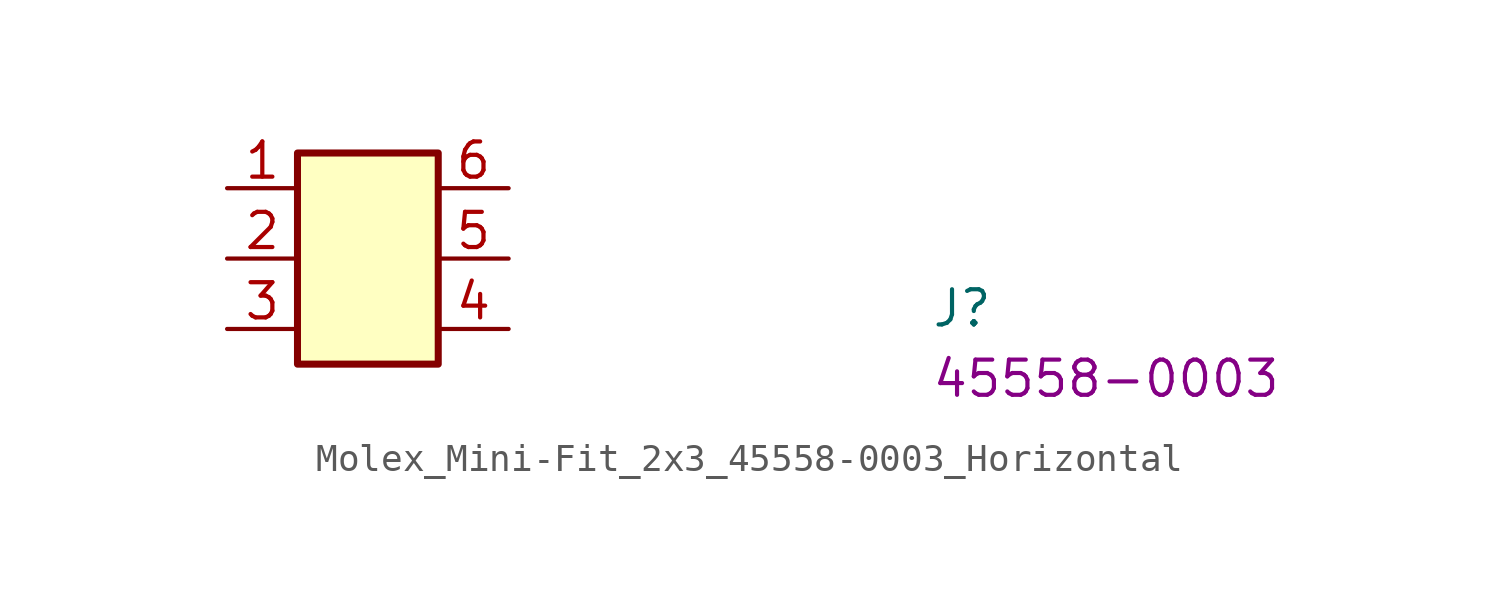
<source format=kicad_sym>
(kicad_symbol_lib
  (version 20220914)
  (generator kicad_symbol_editor)
  (symbol "Molex_Mini-Fit_2x3_45558-0003_Horizontal"
    (property "Reference" "J"
      (at 25.4 -5.08 0)
      (effects (font (size 1.27 1.27) (thickness 0.15)) (justify left bottom)))
    (property "MPN" "45558-0003"
      (at 25.4 -7.62 0)
      (effects (font (size 1.27 1.27) (thickness 0.15)) (justify left bottom)))
    (symbol "Molex_Mini-Fit_2x3_45558-0003_Horizontal_1_1"
      (rectangle (start 2.54 1.27) (end 7.62 -6.35) (stroke (width 0.254) (type default)) (fill (type background)))
      (pin passive line (at 0 0 0) (length 2.54) (name "~" (effects (font (size 1.27 1.27)))) (number "1" (effects (font (size 1.27 1.27)))))
      (pin passive line (at 0 -2.54 0) (length 2.54) (name "~" (effects (font (size 1.27 1.27)))) (number "2" (effects (font (size 1.27 1.27)))))
      (pin passive line (at 0 -5.08 0) (length 2.54) (name "~" (effects (font (size 1.27 1.27)))) (number "3" (effects (font (size 1.27 1.27)))))
      (pin passive line (at 10.16 -5.08 180) (length 2.54) (name "~" (effects (font (size 1.27 1.27)))) (number "4" (effects (font (size 1.27 1.27)))))
      (pin passive line (at 10.16 -2.54 180) (length 2.54) (name "~" (effects (font (size 1.27 1.27)))) (number "5" (effects (font (size 1.27 1.27)))))
      (pin passive line (at 10.16 0 180) (length 2.54) (name "~" (effects (font (size 1.27 1.27)))) (number "6" (effects (font (size 1.27 1.27))))))))
</source>
